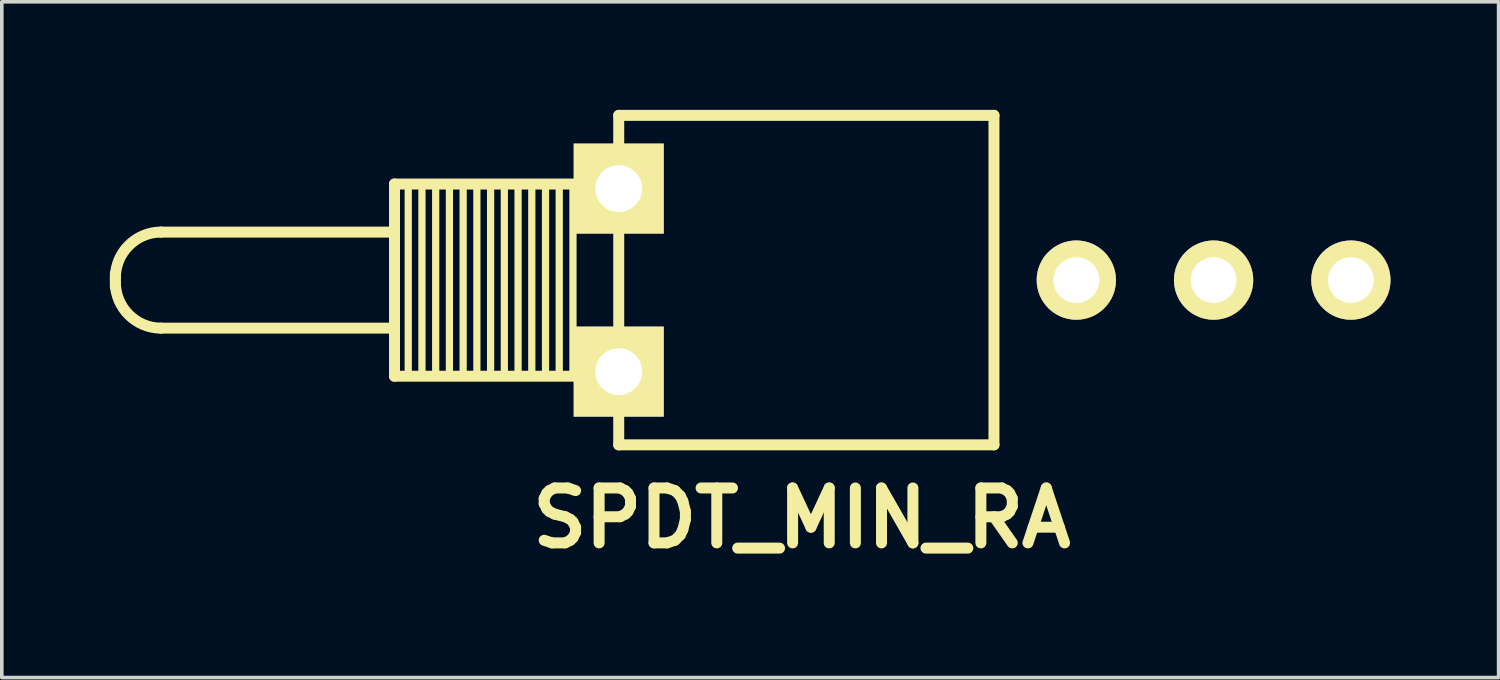
<source format=kicad_pcb>
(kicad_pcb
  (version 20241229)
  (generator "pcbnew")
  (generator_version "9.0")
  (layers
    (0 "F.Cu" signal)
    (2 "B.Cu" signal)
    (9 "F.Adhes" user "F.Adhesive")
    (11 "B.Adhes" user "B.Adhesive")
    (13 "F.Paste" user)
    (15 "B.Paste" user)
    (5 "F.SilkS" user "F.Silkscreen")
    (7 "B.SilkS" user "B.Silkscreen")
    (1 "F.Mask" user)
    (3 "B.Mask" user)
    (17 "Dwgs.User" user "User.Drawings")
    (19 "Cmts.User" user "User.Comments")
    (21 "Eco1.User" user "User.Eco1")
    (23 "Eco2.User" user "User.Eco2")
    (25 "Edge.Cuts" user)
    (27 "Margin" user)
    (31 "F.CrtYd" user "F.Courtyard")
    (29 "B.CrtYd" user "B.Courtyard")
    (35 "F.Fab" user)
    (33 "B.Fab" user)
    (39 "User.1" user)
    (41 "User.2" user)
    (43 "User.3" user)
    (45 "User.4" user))
  (footprint "SPDT_MIN_RA"
    (layer "F.Cu")
    (at 19.202 4.724)
    (property "Reference" "SPDT_MIN_RA" (at 0 6.604 0) (layer "F.SilkS") (effects (font (size 1.524 1.524) (thickness 0.305))))
    (attr through_hole)
    (fp_line (start -19.05 -0.191) (end -19.05 0.191) (stroke (width 0.305) (type solid)) (layer "F.SilkS"))
    (fp_line (start -17.78 -1.333) (end -11.303 -1.333) (stroke (width 0.305) (type solid)) (layer "F.SilkS"))
    (fp_line (start -17.78 1.333) (end -11.303 1.333) (stroke (width 0.305) (type solid)) (layer "F.SilkS"))
    (fp_line (start -11.303 -2.667) (end -5.08 -2.667) (stroke (width 0.305) (type solid)) (layer "F.SilkS"))
    (fp_line (start -11.303 2.667) (end -11.303 -2.667) (stroke (width 0.305) (type solid)) (layer "F.SilkS"))
    (fp_line (start -10.922 2.667) (end -10.922 -2.667) (stroke (width 0.201) (type solid)) (layer "F.SilkS"))
    (fp_line (start -10.541 2.667) (end -10.541 -2.667) (stroke (width 0.201) (type solid)) (layer "F.SilkS"))
    (fp_line (start -10.16 2.667) (end -10.16 -2.667) (stroke (width 0.201) (type solid)) (layer "F.SilkS"))
    (fp_line (start -9.779 2.667) (end -9.779 -2.667) (stroke (width 0.201) (type solid)) (layer "F.SilkS"))
    (fp_line (start -9.398 2.54) (end -9.398 -2.667) (stroke (width 0.201) (type solid)) (layer "F.SilkS"))
    (fp_line (start -9.017 2.667) (end -9.017 -2.667) (stroke (width 0.201) (type solid)) (layer "F.SilkS"))
    (fp_line (start -8.636 2.667) (end -8.636 -2.667) (stroke (width 0.201) (type solid)) (layer "F.SilkS"))
    (fp_line (start -8.255 2.667) (end -8.255 -2.667) (stroke (width 0.201) (type solid)) (layer "F.SilkS"))
    (fp_line (start -7.874 2.667) (end -7.874 -2.667) (stroke (width 0.201) (type solid)) (layer "F.SilkS"))
    (fp_line (start -7.493 2.667) (end -7.493 -2.667) (stroke (width 0.201) (type solid)) (layer "F.SilkS"))
    (fp_line (start -7.112 2.667) (end -7.112 -2.667) (stroke (width 0.201) (type solid)) (layer "F.SilkS"))
    (fp_line (start -6.731 2.667) (end -6.731 -2.667) (stroke (width 0.201) (type solid)) (layer "F.SilkS"))
    (fp_line (start -6.35 2.667) (end -6.35 -2.667) (stroke (width 0.201) (type solid)) (layer "F.SilkS"))
    (fp_line (start -5.08 2.667) (end -11.303 2.667) (stroke (width 0.305) (type solid)) (layer "F.SilkS"))
    (fp_line (start -5.08 4.572) (end -5.08 -4.572) (stroke (width 0.305) (type solid)) (layer "F.SilkS"))
    (fp_line (start -5.08 4.572) (end 5.334 4.572) (stroke (width 0.305) (type solid)) (layer "F.SilkS"))
    (fp_line (start 5.334 -4.572) (end -5.08 -4.572) (stroke (width 0.305) (type solid)) (layer "F.SilkS"))
    (fp_line (start 5.334 4.572) (end 5.334 -4.572) (stroke (width 0.305) (type solid)) (layer "F.SilkS"))
    (fp_arc (start -19.05 -0.0635) (mid -18.678026 -0.961526) (end -17.78 -1.3335) (stroke (width 0.3048) (type solid)) (layer "F.SilkS"))
    (fp_arc (start -17.78 1.3335) (mid -18.678026 0.961526) (end -19.05 0.0635) (stroke (width 0.3048) (type solid)) (layer "F.SilkS"))
    (pad "" thru_hole rect (at -5.08 -2.54) (size 2.499 2.499) (drill 1.3) (layers "*.Cu" "*.Mask" "F.SilkS"))
    (pad "" thru_hole rect (at -5.08 2.54) (size 2.499 2.499) (drill 1.3) (layers "*.Cu" "*.Mask" "F.SilkS"))
    (pad "1" thru_hole circle (at 7.62 0) (size 2.2 2.2) (drill 1.27) (layers "*.Cu" "*.Mask" "F.SilkS"))
    (pad "2" thru_hole circle (at 11.43 0) (size 2.2 2.2) (drill 1.27) (layers "*.Cu" "*.Mask" "F.SilkS"))
    (pad "3" thru_hole circle (at 15.24 0) (size 2.2 2.2) (drill 1.27) (layers "*.Cu" "*.Mask" "F.SilkS")))
  (gr_rect
    (start -3 -3)
    (end 38.542 15.755)
    (stroke (width 0.1) (type default))
    (fill no)
    (layer "Edge.Cuts")))
</source>
